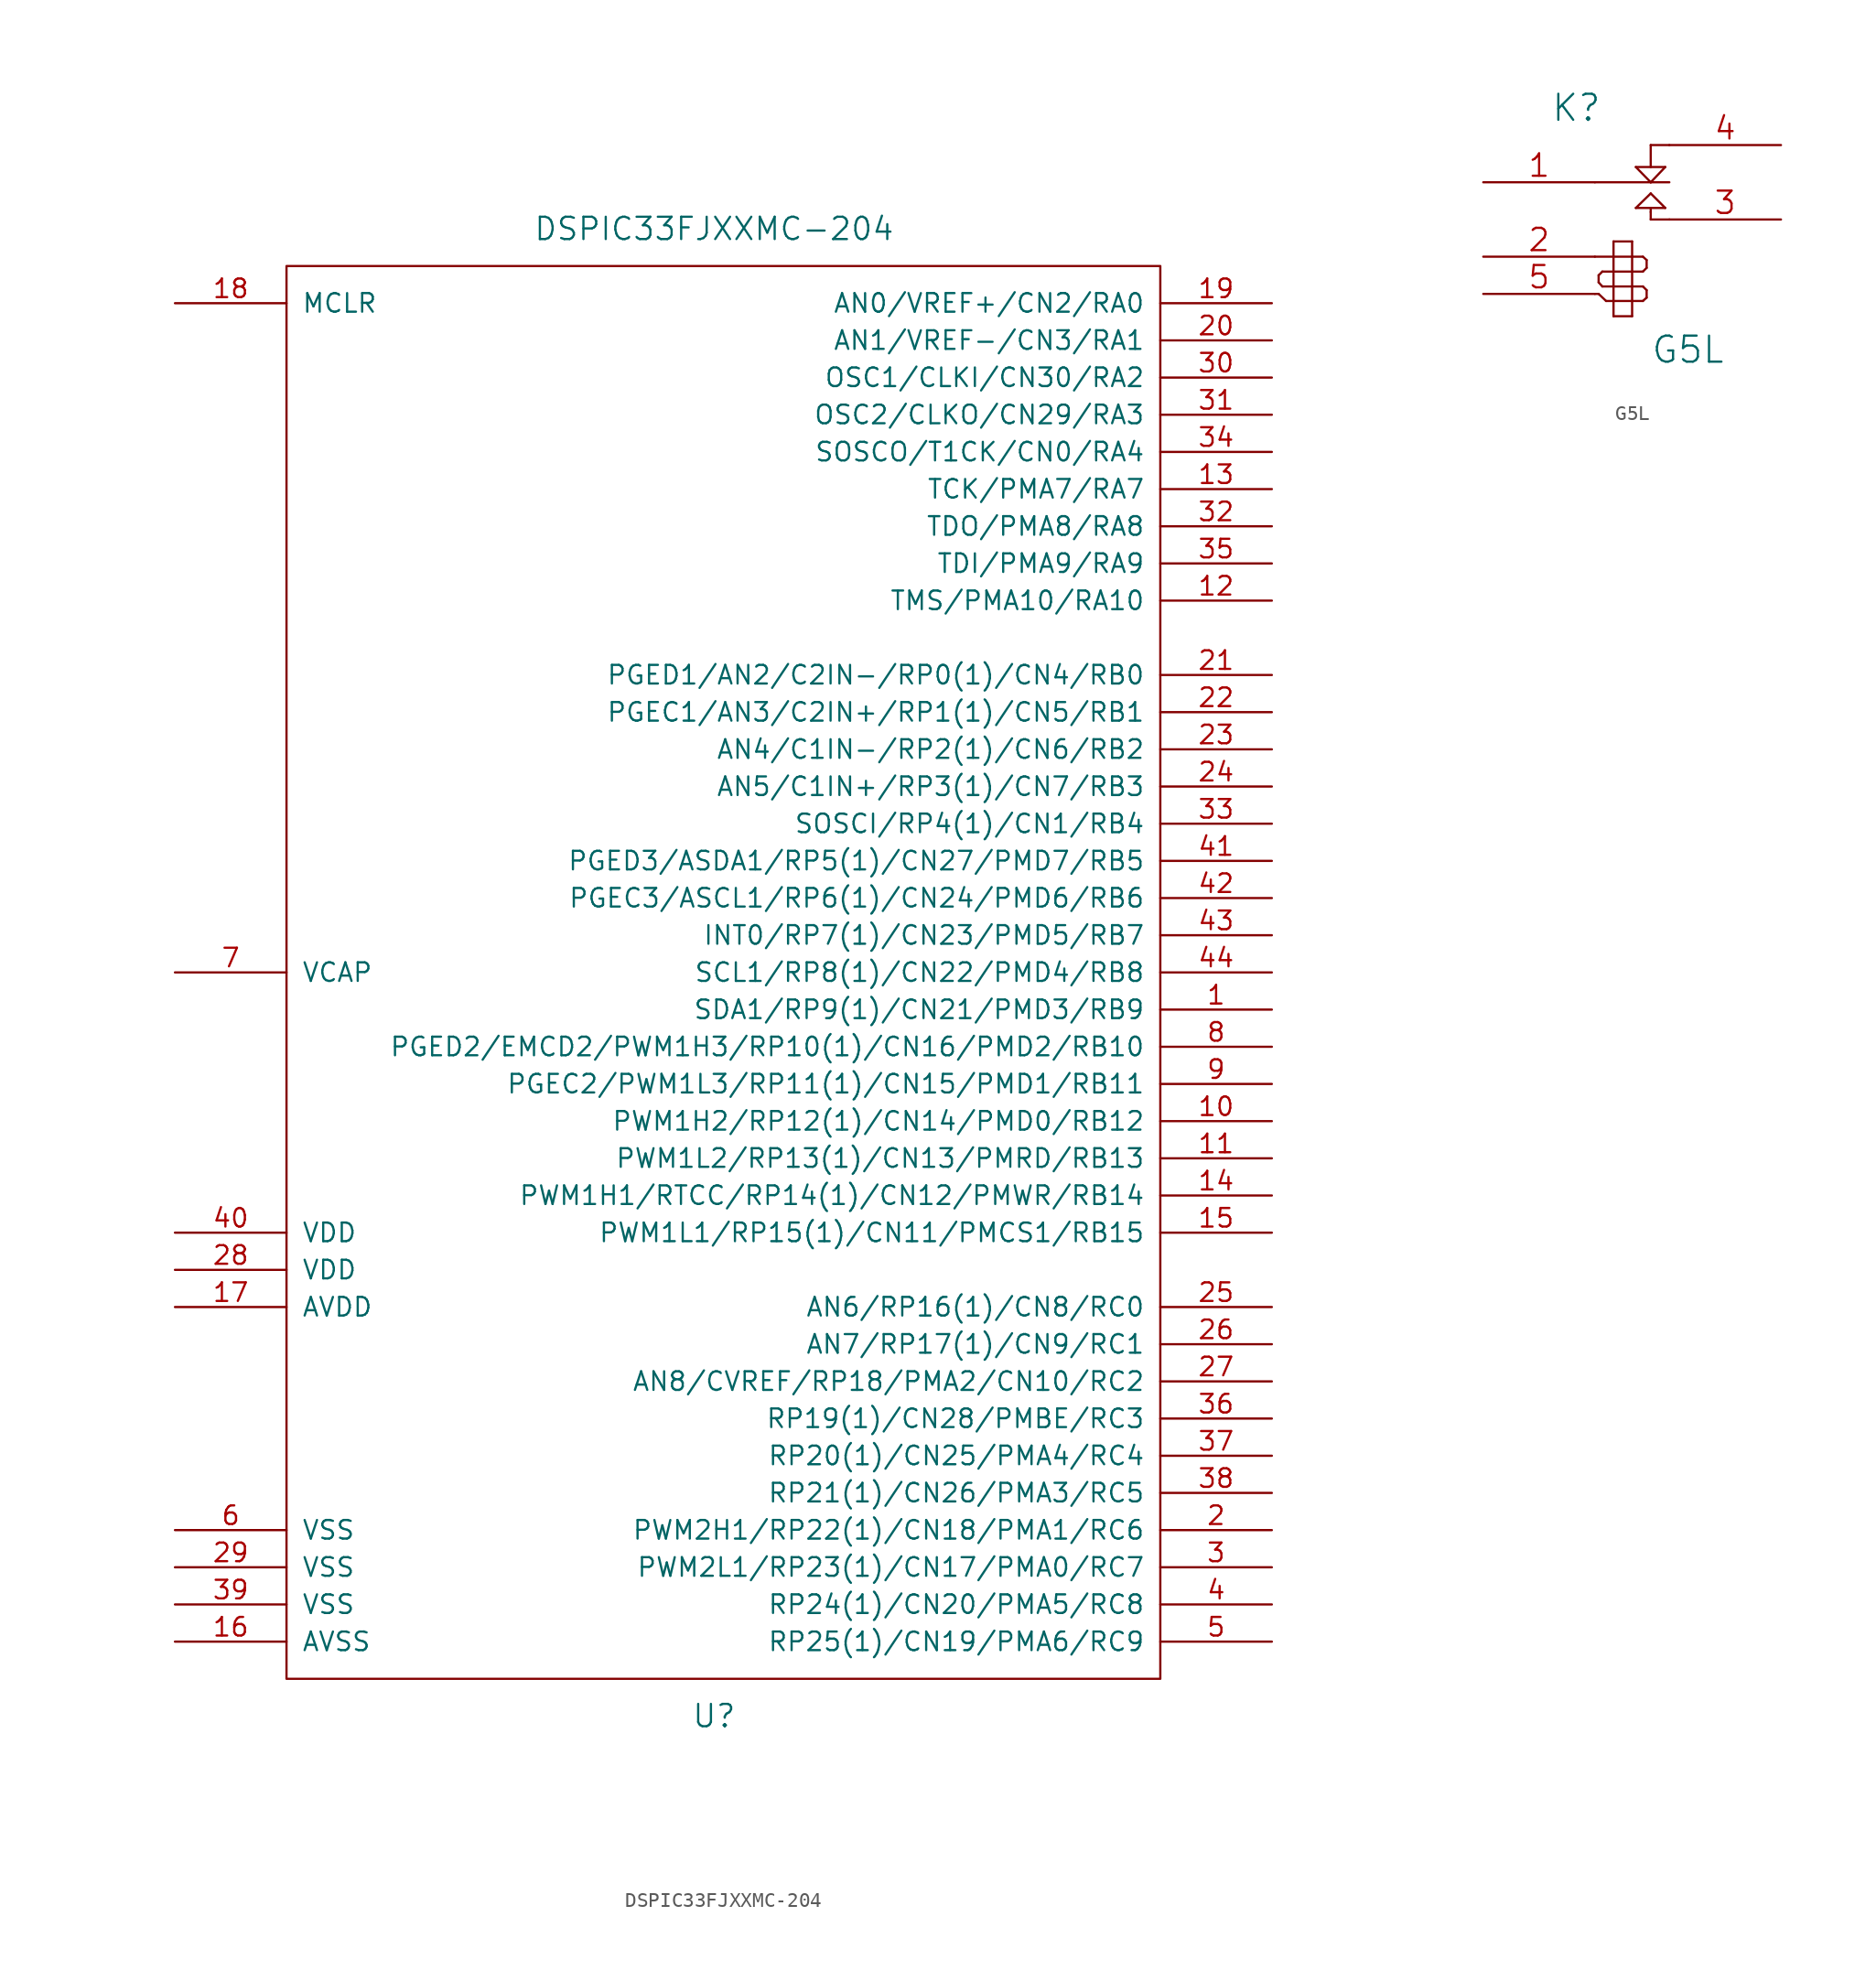
<source format=kicad_sym>
(kicad_symbol_lib
  (version 20231120)
  (generator "kicad_symbol_editor")
  (generator_version "8.0")
  (symbol "DSPIC33FJXXMC-204"
    (pin_names
      (offset 1.016))
    (property "Reference" "U"
      (at -1.27 -50.8 0)
      (effects (font (size 1.524 1.524))))
    (property "Value" "DSPIC33FJXXMC-204"
      (at -1.27 50.8 0)
      (effects (font (size 1.524 1.524))))
    (property "Footprint" ""
      (at 0 0 0)
      (effects (font (size 1.524 1.524))))
    (property "Datasheet" ""
      (at 0 0 0)
      (effects (font (size 1.524 1.524))))
    (symbol "DSPIC33FJXXMC-204_0_1"
      (rectangle (start -30.48 48.26) (end 29.21 -48.26) (stroke (width 0) (type solid)) (fill (type none))))
    (symbol "DSPIC33FJXXMC-204_1_1"
      (pin bidirectional line (at 36.83 -2.54 180) (length 7.62) (name "SDA1/RP9(1)/CN21/PMD3/RB9" (effects (font (size 1.27 1.27)))) (number "1" (effects (font (size 1.27 1.27)))))
      (pin bidirectional line (at 36.83 -10.16 180) (length 7.62) (name "PWM1H2/RP12(1)/CN14/PMD0/RB12" (effects (font (size 1.27 1.27)))) (number "10" (effects (font (size 1.27 1.27)))))
      (pin bidirectional line (at 36.83 -12.7 180) (length 7.62) (name "PWM1L2/RP13(1)/CN13/PMRD/RB13" (effects (font (size 1.27 1.27)))) (number "11" (effects (font (size 1.27 1.27)))))
      (pin bidirectional line (at 36.83 25.4 180) (length 7.62) (name "TMS/PMA10/RA10" (effects (font (size 1.27 1.27)))) (number "12" (effects (font (size 1.27 1.27)))))
      (pin bidirectional line (at 36.83 33.02 180) (length 7.62) (name "TCK/PMA7/RA7" (effects (font (size 1.27 1.27)))) (number "13" (effects (font (size 1.27 1.27)))))
      (pin bidirectional line (at 36.83 -15.24 180) (length 7.62) (name "PWM1H1/RTCC/RP14(1)/CN12/PMWR/RB14" (effects (font (size 1.27 1.27)))) (number "14" (effects (font (size 1.27 1.27)))))
      (pin bidirectional line (at 36.83 -17.78 180) (length 7.62) (name "PWM1L1/RP15(1)/CN11/PMCS1/RB15" (effects (font (size 1.27 1.27)))) (number "15" (effects (font (size 1.27 1.27)))))
      (pin power_in line (at -38.1 -45.72 0) (length 7.62) (name "AVSS" (effects (font (size 1.27 1.27)))) (number "16" (effects (font (size 1.27 1.27)))))
      (pin power_in line (at -38.1 -22.86 0) (length 7.62) (name "AVDD" (effects (font (size 1.27 1.27)))) (number "17" (effects (font (size 1.27 1.27)))))
      (pin input line (at -38.1 45.72 0) (length 7.62) (name "MCLR" (effects (font (size 1.27 1.27)))) (number "18" (effects (font (size 1.27 1.27)))))
      (pin bidirectional line (at 36.83 45.72 180) (length 7.62) (name "AN0/VREF+/CN2/RA0" (effects (font (size 1.27 1.27)))) (number "19" (effects (font (size 1.27 1.27)))))
      (pin bidirectional line (at 36.83 -38.1 180) (length 7.62) (name "PWM2H1/RP22(1)/CN18/PMA1/RC6" (effects (font (size 1.27 1.27)))) (number "2" (effects (font (size 1.27 1.27)))))
      (pin bidirectional line (at 36.83 43.18 180) (length 7.62) (name "AN1/VREF-/CN3/RA1" (effects (font (size 1.27 1.27)))) (number "20" (effects (font (size 1.27 1.27)))))
      (pin bidirectional line (at 36.83 20.32 180) (length 7.62) (name "PGED1/AN2/C2IN-/RP0(1)/CN4/RB0" (effects (font (size 1.27 1.27)))) (number "21" (effects (font (size 1.27 1.27)))))
      (pin bidirectional line (at 36.83 17.78 180) (length 7.62) (name "PGEC1/AN3/C2IN+/RP1(1)/CN5/RB1" (effects (font (size 1.27 1.27)))) (number "22" (effects (font (size 1.27 1.27)))))
      (pin bidirectional line (at 36.83 15.24 180) (length 7.62) (name "AN4/C1IN-/RP2(1)/CN6/RB2" (effects (font (size 1.27 1.27)))) (number "23" (effects (font (size 1.27 1.27)))))
      (pin bidirectional line (at 36.83 12.7 180) (length 7.62) (name "AN5/C1IN+/RP3(1)/CN7/RB3" (effects (font (size 1.27 1.27)))) (number "24" (effects (font (size 1.27 1.27)))))
      (pin bidirectional line (at 36.83 -22.86 180) (length 7.62) (name "AN6/RP16(1)/CN8/RC0" (effects (font (size 1.27 1.27)))) (number "25" (effects (font (size 1.27 1.27)))))
      (pin bidirectional line (at 36.83 -25.4 180) (length 7.62) (name "AN7/RP17(1)/CN9/RC1" (effects (font (size 1.27 1.27)))) (number "26" (effects (font (size 1.27 1.27)))))
      (pin bidirectional line (at 36.83 -27.94 180) (length 7.62) (name "AN8/CVREF/RP18/PMA2/CN10/RC2" (effects (font (size 1.27 1.27)))) (number "27" (effects (font (size 1.27 1.27)))))
      (pin power_in line (at -38.1 -20.32 0) (length 7.62) (name "VDD" (effects (font (size 1.27 1.27)))) (number "28" (effects (font (size 1.27 1.27)))))
      (pin power_in line (at -38.1 -40.64 0) (length 7.62) (name "VSS" (effects (font (size 1.27 1.27)))) (number "29" (effects (font (size 1.27 1.27)))))
      (pin bidirectional line (at 36.83 -40.64 180) (length 7.62) (name "PWM2L1/RP23(1)/CN17/PMA0/RC7" (effects (font (size 1.27 1.27)))) (number "3" (effects (font (size 1.27 1.27)))))
      (pin bidirectional line (at 36.83 40.64 180) (length 7.62) (name "OSC1/CLKI/CN30/RA2" (effects (font (size 1.27 1.27)))) (number "30" (effects (font (size 1.27 1.27)))))
      (pin bidirectional line (at 36.83 38.1 180) (length 7.62) (name "OSC2/CLKO/CN29/RA3" (effects (font (size 1.27 1.27)))) (number "31" (effects (font (size 1.27 1.27)))))
      (pin bidirectional line (at 36.83 30.48 180) (length 7.62) (name "TDO/PMA8/RA8" (effects (font (size 1.27 1.27)))) (number "32" (effects (font (size 1.27 1.27)))))
      (pin bidirectional line (at 36.83 10.16 180) (length 7.62) (name "SOSCI/RP4(1)/CN1/RB4" (effects (font (size 1.27 1.27)))) (number "33" (effects (font (size 1.27 1.27)))))
      (pin bidirectional line (at 36.83 35.56 180) (length 7.62) (name "SOSCO/T1CK/CN0/RA4" (effects (font (size 1.27 1.27)))) (number "34" (effects (font (size 1.27 1.27)))))
      (pin bidirectional line (at 36.83 27.94 180) (length 7.62) (name "TDI/PMA9/RA9" (effects (font (size 1.27 1.27)))) (number "35" (effects (font (size 1.27 1.27)))))
      (pin bidirectional line (at 36.83 -30.48 180) (length 7.62) (name "RP19(1)/CN28/PMBE/RC3" (effects (font (size 1.27 1.27)))) (number "36" (effects (font (size 1.27 1.27)))))
      (pin bidirectional line (at 36.83 -33.02 180) (length 7.62) (name "RP20(1)/CN25/PMA4/RC4" (effects (font (size 1.27 1.27)))) (number "37" (effects (font (size 1.27 1.27)))))
      (pin bidirectional line (at 36.83 -35.56 180) (length 7.62) (name "RP21(1)/CN26/PMA3/RC5" (effects (font (size 1.27 1.27)))) (number "38" (effects (font (size 1.27 1.27)))))
      (pin power_in line (at -38.1 -43.18 0) (length 7.62) (name "VSS" (effects (font (size 1.27 1.27)))) (number "39" (effects (font (size 1.27 1.27)))))
      (pin bidirectional line (at 36.83 -43.18 180) (length 7.62) (name "RP24(1)/CN20/PMA5/RC8" (effects (font (size 1.27 1.27)))) (number "4" (effects (font (size 1.27 1.27)))))
      (pin power_in line (at -38.1 -17.78 0) (length 7.62) (name "VDD" (effects (font (size 1.27 1.27)))) (number "40" (effects (font (size 1.27 1.27)))))
      (pin bidirectional line (at 36.83 7.62 180) (length 7.62) (name "PGED3/ASDA1/RP5(1)/CN27/PMD7/RB5" (effects (font (size 1.27 1.27)))) (number "41" (effects (font (size 1.27 1.27)))))
      (pin bidirectional line (at 36.83 5.08 180) (length 7.62) (name "PGEC3/ASCL1/RP6(1)/CN24/PMD6/RB6" (effects (font (size 1.27 1.27)))) (number "42" (effects (font (size 1.27 1.27)))))
      (pin bidirectional line (at 36.83 2.54 180) (length 7.62) (name "INT0/RP7(1)/CN23/PMD5/RB7" (effects (font (size 1.27 1.27)))) (number "43" (effects (font (size 1.27 1.27)))))
      (pin bidirectional line (at 36.83 0 180) (length 7.62) (name "SCL1/RP8(1)/CN22/PMD4/RB8" (effects (font (size 1.27 1.27)))) (number "44" (effects (font (size 1.27 1.27)))))
      (pin bidirectional line (at 36.83 -45.72 180) (length 7.62) (name "RP25(1)/CN19/PMA6/RC9" (effects (font (size 1.27 1.27)))) (number "5" (effects (font (size 1.27 1.27)))))
      (pin power_in line (at -38.1 -38.1 0) (length 7.62) (name "VSS" (effects (font (size 1.27 1.27)))) (number "6" (effects (font (size 1.27 1.27)))))
      (pin output line (at -38.1 0 0) (length 7.62) (name "VCAP" (effects (font (size 1.27 1.27)))) (number "7" (effects (font (size 1.27 1.27)))))
      (pin bidirectional line (at 36.83 -5.08 180) (length 7.62) (name "PGED2/EMCD2/PWM1H3/RP10(1)/CN16/PMD2/RB10" (effects (font (size 1.27 1.27)))) (number "8" (effects (font (size 1.27 1.27)))))
      (pin bidirectional line (at 36.83 -7.62 180) (length 7.62) (name "PGEC2/PWM1L3/RP11(1)/CN15/PMD1/RB11" (effects (font (size 1.27 1.27)))) (number "9" (effects (font (size 1.27 1.27)))))))
  (symbol "G5L"
    (pin_names
      (offset 1.016) hide)
    (property "Reference" "K"
      (at -3.81 3.81 0)
      (effects (font (size 1.778 1.778))))
    (property "Value" "G5L"
      (at 3.81 -12.7 0)
      (effects (font (size 1.778 1.778))))
    (property "Footprint" ""
      (at 0 0 0)
      (effects (font (size 1.524 1.524))))
    (property "Datasheet" ""
      (at 0 0 0)
      (effects (font (size 1.524 1.524))))
    (symbol "G5L_0_1"
      (polyline (pts (xy -2.54 -8.89) (xy -2.286 -8.89)) (stroke (width 0) (type solid)) (fill (type none)))
      (polyline (pts (xy -2.54 -6.35) (xy -1.27 -6.35)) (stroke (width 0) (type solid)) (fill (type none)))
      (polyline (pts (xy -2.54 -1.27) (xy 1.27 -1.27)) (stroke (width 0) (type solid)) (fill (type none)))
      (polyline (pts (xy -2.286 -8.89) (xy -1.778 -9.373)) (stroke (width 0) (type solid)) (fill (type none)))
      (polyline (pts (xy -2.286 -8.103) (xy -2.286 -7.62)) (stroke (width 0) (type solid)) (fill (type none)))
      (polyline (pts (xy -2.032 -8.382) (xy -2.286 -8.103)) (stroke (width 0) (type solid)) (fill (type none)))
      (polyline (pts (xy -2.032 -7.366) (xy -2.286 -7.62)) (stroke (width 0) (type solid)) (fill (type none)))
      (polyline (pts (xy -1.778 -9.373) (xy -1.27 -9.373)) (stroke (width 0) (type solid)) (fill (type none)))
      (polyline (pts (xy -1.27 -10.414) (xy -1.27 -5.309)) (stroke (width 0) (type solid)) (fill (type none)))
      (polyline (pts (xy -1.27 -8.382) (xy -2.032 -8.382)) (stroke (width 0) (type solid)) (fill (type none)))
      (polyline (pts (xy -1.27 -8.382) (xy 0 -8.382)) (stroke (width 0) (type solid)) (fill (type none)))
      (polyline (pts (xy -1.27 -7.366) (xy -2.032 -7.366)) (stroke (width 0) (type solid)) (fill (type none)))
      (polyline (pts (xy -1.27 -6.35) (xy 0 -6.35)) (stroke (width 0) (type solid)) (fill (type none)))
      (polyline (pts (xy -1.27 -5.309) (xy 0 -5.309)) (stroke (width 0) (type solid)) (fill (type none)))
      (polyline (pts (xy 0 -10.414) (xy -1.27 -10.414)) (stroke (width 0) (type solid)) (fill (type none)))
      (polyline (pts (xy 0 -9.373) (xy -1.27 -9.373)) (stroke (width 0) (type solid)) (fill (type none)))
      (polyline (pts (xy 0 -9.373) (xy 0.737 -9.373)) (stroke (width 0) (type solid)) (fill (type none)))
      (polyline (pts (xy 0 -8.382) (xy 0.737 -8.382)) (stroke (width 0) (type solid)) (fill (type none)))
      (polyline (pts (xy 0 -7.366) (xy -1.27 -7.366)) (stroke (width 0) (type solid)) (fill (type none)))
      (polyline (pts (xy 0 -7.366) (xy 0.737 -7.366)) (stroke (width 0) (type solid)) (fill (type none)))
      (polyline (pts (xy 0 -6.35) (xy 0.737 -6.35)) (stroke (width 0) (type solid)) (fill (type none)))
      (polyline (pts (xy 0 -5.309) (xy 0 -10.414)) (stroke (width 0) (type solid)) (fill (type none)))
      (polyline (pts (xy 0.254 -3.023) (xy 2.261 -3.023)) (stroke (width 0) (type solid)) (fill (type none)))
      (polyline (pts (xy 0.254 -0.229) (xy 2.261 -0.229)) (stroke (width 0) (type solid)) (fill (type none)))
      (polyline (pts (xy 0.737 -9.373) (xy 0.991 -9.144)) (stroke (width 0) (type solid)) (fill (type none)))
      (polyline (pts (xy 0.737 -8.382) (xy 0.991 -8.636)) (stroke (width 0) (type solid)) (fill (type none)))
      (polyline (pts (xy 0.737 -7.366) (xy 0.991 -7.112)) (stroke (width 0) (type solid)) (fill (type none)))
      (polyline (pts (xy 0.737 -6.35) (xy 0.991 -6.579)) (stroke (width 0) (type solid)) (fill (type none)))
      (polyline (pts (xy 0.991 -9.144) (xy 0.991 -8.636)) (stroke (width 0) (type solid)) (fill (type none)))
      (polyline (pts (xy 0.991 -6.579) (xy 0.991 -7.112)) (stroke (width 0) (type solid)) (fill (type none)))
      (polyline (pts (xy 1.27 -3.81) (xy 1.27 -3.302)) (stroke (width 0) (type solid)) (fill (type none)))
      (polyline (pts (xy 1.27 -3.302) (xy 1.27 -3.023)) (stroke (width 0) (type solid)) (fill (type none)))
      (polyline (pts (xy 1.27 -2.032) (xy 0.254 -3.023)) (stroke (width 0) (type solid)) (fill (type none)))
      (polyline (pts (xy 1.27 -1.27) (xy 0.254 -0.229)) (stroke (width 0) (type solid)) (fill (type none)))
      (polyline (pts (xy 1.27 -1.27) (xy 2.54 -1.27)) (stroke (width 0) (type solid)) (fill (type none)))
      (polyline (pts (xy 1.27 1.27) (xy 1.27 -0.229)) (stroke (width 0) (type solid)) (fill (type none)))
      (polyline (pts (xy 1.27 1.27) (xy 2.54 1.27)) (stroke (width 0) (type solid)) (fill (type none)))
      (polyline (pts (xy 2.261 -3.023) (xy 1.27 -2.032)) (stroke (width 0) (type solid)) (fill (type none)))
      (polyline (pts (xy 2.261 -0.229) (xy 1.27 -1.27)) (stroke (width 0) (type solid)) (fill (type none)))
      (polyline (pts (xy 2.54 -3.81) (xy 1.27 -3.81)) (stroke (width 0) (type solid)) (fill (type none))))
    (symbol "G5L_1_1"
      (pin passive line (at -10.16 -1.27 0) (length 7.62) (name "C1" (effects (font (size 1.524 1.524)))) (number "1" (effects (font (size 1.524 1.524)))))
      (pin input line (at -10.16 -6.35 0) (length 7.62) (name "2" (effects (font (size 1.524 1.524)))) (number "2" (effects (font (size 1.524 1.524)))))
      (pin passive line (at 10.16 -3.81 180) (length 7.62) (name "T1" (effects (font (size 1.524 1.524)))) (number "3" (effects (font (size 1.524 1.524)))))
      (pin passive line (at 10.16 1.27 180) (length 7.62) (name "R1" (effects (font (size 1.524 1.524)))) (number "4" (effects (font (size 1.524 1.524)))))
      (pin input line (at -10.16 -8.89 0) (length 7.62) (name "5" (effects (font (size 1.524 1.524)))) (number "5" (effects (font (size 1.524 1.524))))))))
</source>
